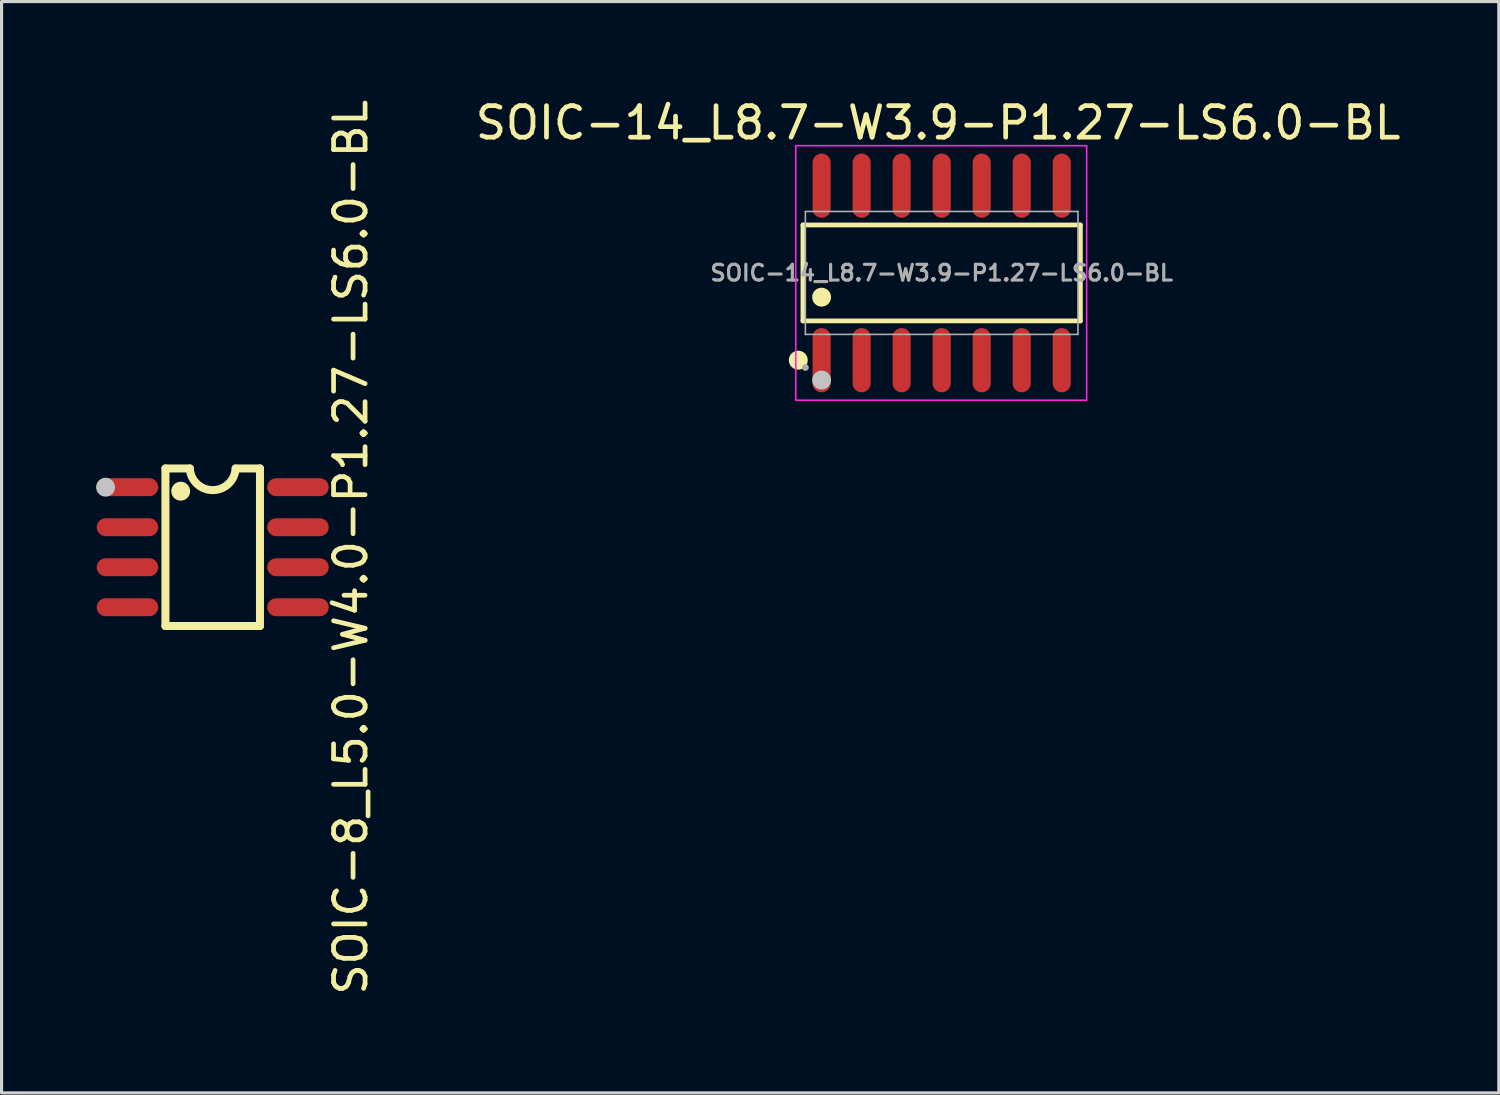
<source format=kicad_pcb>
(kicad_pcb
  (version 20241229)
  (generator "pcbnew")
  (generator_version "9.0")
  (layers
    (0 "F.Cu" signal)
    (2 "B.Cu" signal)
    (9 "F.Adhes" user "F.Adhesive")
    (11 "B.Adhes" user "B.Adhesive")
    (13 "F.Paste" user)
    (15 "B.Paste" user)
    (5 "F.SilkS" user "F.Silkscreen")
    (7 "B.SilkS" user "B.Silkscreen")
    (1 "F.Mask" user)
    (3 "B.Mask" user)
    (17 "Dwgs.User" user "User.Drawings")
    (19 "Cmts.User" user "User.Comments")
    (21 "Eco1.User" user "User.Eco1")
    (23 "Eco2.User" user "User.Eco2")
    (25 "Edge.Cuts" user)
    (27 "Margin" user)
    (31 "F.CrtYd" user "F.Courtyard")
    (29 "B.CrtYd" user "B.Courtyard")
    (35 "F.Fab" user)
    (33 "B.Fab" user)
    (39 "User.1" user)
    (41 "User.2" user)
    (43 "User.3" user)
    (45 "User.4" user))
  (footprint "SOIC-8_L5.0-W4.0-P1.27-LS6.0-BL"
    (layer "F.Cu")
    (at 3.7 14.315)
    (property "Reference" "SOIC-8_L5.0-W4.0-P1.27-LS6.0-BL" (at 4.38 0 270) (layer "F.SilkS") (effects (font (size 1 1) (thickness 0.15))))
    (fp_line (start -1.5 -2.5) (end -1.5 2.5) (stroke (width 0.254) (type default)) (layer "F.SilkS"))
    (fp_line (start -1.5 -2.5) (end -0.727 -2.5) (stroke (width 0.254) (type default)) (layer "F.SilkS"))
    (fp_line (start 1.5 -2.5) (end 0.727 -2.5) (stroke (width 0.254) (type default)) (layer "F.SilkS"))
    (fp_line (start 1.5 -2.5) (end 1.5 2.5) (stroke (width 0.254) (type default)) (layer "F.SilkS"))
    (fp_line (start 1.5 2.5) (end -1.5 2.5) (stroke (width 0.254) (type default)) (layer "F.SilkS"))
    (fp_arc (start 0.7265 -2.495) (mid -0.002358 -1.812112) (end -0.7265 -2.5) (stroke (width 0.254) (type default)) (layer "F.SilkS"))
    (fp_circle (center -1.016 -1.778) (end -1.016 -1.628) (stroke (width 0.3) (type default)) (fill no) (layer "F.SilkS"))
    (fp_circle (center -3.4 -1.905) (end -3.4 -1.755) (stroke (width 0.3) (type default)) (fill no) (layer "Dwgs.User"))
    (fp_poly (pts (xy -3 -2.11) (xy -2.165 -2.11) (xy -2.165 -1.7) (xy -3 -1.7)) (stroke (width 0.1) (type default)) (fill no) (layer "User.1"))
    (fp_poly (pts (xy -3 -0.84) (xy -2.165 -0.84) (xy -2.165 -0.43) (xy -3 -0.43)) (stroke (width 0.1) (type default)) (fill no) (layer "User.1"))
    (fp_poly (pts (xy -3 0.43) (xy -2.165 0.43) (xy -2.165 0.84) (xy -3 0.84)) (stroke (width 0.1) (type default)) (fill no) (layer "User.1"))
    (fp_poly (pts (xy -3 1.7) (xy -2.165 1.7) (xy -2.165 2.11) (xy -3 2.11)) (stroke (width 0.1) (type default)) (fill no) (layer "User.1"))
    (fp_poly (pts (xy -2.175 -2.11) (xy -1.94 -2.11) (xy -1.94 -1.7) (xy -2.175 -1.7)) (stroke (width 0.1) (type default)) (fill no) (layer "User.1"))
    (fp_poly (pts (xy -2.175 -0.84) (xy -1.94 -0.84) (xy -1.94 -0.43) (xy -2.175 -0.43)) (stroke (width 0.1) (type default)) (fill no) (layer "User.1"))
    (fp_poly (pts (xy -2.175 0.43) (xy -1.94 0.43) (xy -1.94 0.84) (xy -2.175 0.84)) (stroke (width 0.1) (type default)) (fill no) (layer "User.1"))
    (fp_poly (pts (xy -2.175 1.7) (xy -1.94 1.7) (xy -1.94 2.11) (xy -2.175 2.11)) (stroke (width 0.1) (type default)) (fill no) (layer "User.1"))
    (fp_poly (pts (xy 1.94 -2.11) (xy 2.175 -2.11) (xy 2.175 -1.7) (xy 1.94 -1.7)) (stroke (width 0.1) (type default)) (fill no) (layer "User.1"))
    (fp_poly (pts (xy 1.94 -0.84) (xy 2.175 -0.84) (xy 2.175 -0.43) (xy 1.94 -0.43)) (stroke (width 0.1) (type default)) (fill no) (layer "User.1"))
    (fp_poly (pts (xy 1.94 0.43) (xy 2.175 0.43) (xy 2.175 0.84) (xy 1.94 0.84)) (stroke (width 0.1) (type default)) (fill no) (layer "User.1"))
    (fp_poly (pts (xy 1.94 1.7) (xy 2.175 1.7) (xy 2.175 2.11) (xy 1.94 2.11)) (stroke (width 0.1) (type default)) (fill no) (layer "User.1"))
    (fp_poly (pts (xy 2.165 -2.11) (xy 3 -2.11) (xy 3 -1.7) (xy 2.165 -1.7)) (stroke (width 0.1) (type default)) (fill no) (layer "User.1"))
    (fp_poly (pts (xy 2.165 -0.84) (xy 3 -0.84) (xy 3 -0.43) (xy 2.165 -0.43)) (stroke (width 0.1) (type default)) (fill no) (layer "User.1"))
    (fp_poly (pts (xy 2.165 0.43) (xy 3 0.43) (xy 3 0.84) (xy 2.165 0.84)) (stroke (width 0.1) (type default)) (fill no) (layer "User.1"))
    (fp_poly (pts (xy 2.165 1.7) (xy 3 1.7) (xy 3 2.11) (xy 2.165 2.11)) (stroke (width 0.1) (type default)) (fill no) (layer "User.1"))
    (fp_line (start -2 -2.5) (end 2 -2.5) (stroke (width 0.051) (type default)) (layer "User.2"))
    (fp_line (start -2 2.5) (end -2 -2.5) (stroke (width 0.051) (type default)) (layer "User.2"))
    (fp_line (start 2 -2.5) (end 2 2.5) (stroke (width 0.051) (type default)) (layer "User.2"))
    (fp_line (start 2 2.5) (end -2 2.5) (stroke (width 0.051) (type default)) (layer "User.2"))
    (fp_poly (pts (xy -2.517 -2.358) (xy -2.485 -2.39) (xy -2.485 -2.436) (xy -2.517 -2.468) (xy -2.563 -2.468) (xy -2.595 -2.436) (xy -2.595 -2.39) (xy -2.563 -2.358)) (stroke (width 0.1) (type default)) (fill no) (layer "User.3"))
    (pad "1" smd oval (at -2.705 -1.905 270) (size 0.569 1.95) (layers "F.Cu" "F.Mask" "F.Paste"))
    (pad "2" smd oval (at -2.705 -0.635 270) (size 0.569 1.95) (layers "F.Cu" "F.Mask" "F.Paste"))
    (pad "3" smd oval (at -2.705 0.635 270) (size 0.569 1.95) (layers "F.Cu" "F.Mask" "F.Paste"))
    (pad "4" smd oval (at -2.705 1.905 270) (size 0.569 1.95) (layers "F.Cu" "F.Mask" "F.Paste"))
    (pad "5" smd oval (at 2.705 1.905 270) (size 0.569 1.95) (layers "F.Cu" "F.Mask" "F.Paste"))
    (pad "6" smd oval (at 2.705 0.635 270) (size 0.569 1.95) (layers "F.Cu" "F.Mask" "F.Paste"))
    (pad "7" smd oval (at 2.705 -0.635 270) (size 0.569 1.95) (layers "F.Cu" "F.Mask" "F.Paste"))
    (pad "8" smd oval (at 2.705 -1.905 270) (size 0.569 1.95) (layers "F.Cu" "F.Mask" "F.Paste")))
  (footprint "SOIC-14_L8.7-W3.9-P1.27-LS6.0-BL"
    (layer "F.Cu")
    (at 26.832 5.611)
    (property "Reference" "SOIC-14_L8.7-W3.9-P1.27-LS6.0-BL" (at -0.112 -4.763 0) (layer "F.SilkS") (effects (font (size 1 1) (thickness 0.15))))
    (fp_line (start -4.401 -1.522) (end 4.401 -1.522) (stroke (width 0.152) (type default)) (layer "F.SilkS"))
    (fp_line (start -4.401 1.522) (end -4.401 -1.522) (stroke (width 0.152) (type default)) (layer "F.SilkS"))
    (fp_line (start 4.401 -1.522) (end 4.401 1.522) (stroke (width 0.152) (type default)) (layer "F.SilkS"))
    (fp_line (start 4.401 1.522) (end -4.401 1.522) (stroke (width 0.152) (type default)) (layer "F.SilkS"))
    (fp_circle (center -4.55 2.769) (end -4.399 2.769) (stroke (width 0.3) (type default)) (fill no) (layer "F.SilkS"))
    (fp_circle (center -3.81 0.769) (end -3.66 0.769) (stroke (width 0.3) (type default)) (fill no) (layer "F.SilkS"))
    (fp_circle (center -3.81 3.4) (end -3.66 3.4) (stroke (width 0.3) (type default)) (fill no) (layer "Dwgs.User"))
    (fp_rect (start -4.63 -4.038) (end 4.601 4.038) (stroke (width 0.05) (type default)) (fill no) (layer "F.CrtYd"))
    (fp_line (start -4.325 -1.95) (end 4.325 -1.95) (stroke (width 0.051) (type default)) (layer "F.Fab"))
    (fp_line (start -4.325 1.95) (end -4.325 -1.95) (stroke (width 0.051) (type default)) (layer "F.Fab"))
    (fp_line (start 4.325 -1.95) (end 4.325 1.95) (stroke (width 0.051) (type default)) (layer "F.Fab"))
    (fp_line (start 4.325 1.95) (end -4.325 1.95) (stroke (width 0.051) (type default)) (layer "F.Fab"))
    (fp_poly (pts (xy -4.27 2.977) (xy -4.302 2.945) (xy -4.348 2.945) (xy -4.38 2.977) (xy -4.38 3.023) (xy -4.348 3.055) (xy -4.302 3.055) (xy -4.27 3.023)) (stroke (width 0.1) (type default)) (fill no) (layer "F.Fab"))
    (fp_poly (pts (xy -4.015 -3) (xy -4.015 -2.165) (xy -3.605 -2.165) (xy -3.605 -3)) (stroke (width 0.1) (type default)) (fill no) (layer "User.1"))
    (fp_poly (pts (xy -4.015 -2.175) (xy -4.015 -1.94) (xy -3.605 -1.94) (xy -3.605 -2.175)) (stroke (width 0.1) (type default)) (fill no) (layer "User.1"))
    (fp_poly (pts (xy -4.015 2.175) (xy -4.015 1.94) (xy -3.605 1.94) (xy -3.605 2.175)) (stroke (width 0.1) (type default)) (fill no) (layer "User.1"))
    (fp_poly (pts (xy -4.015 3) (xy -4.015 2.165) (xy -3.605 2.165) (xy -3.605 3)) (stroke (width 0.1) (type default)) (fill no) (layer "User.1"))
    (fp_poly (pts (xy -2.745 -3) (xy -2.745 -2.165) (xy -2.335 -2.165) (xy -2.335 -3)) (stroke (width 0.1) (type default)) (fill no) (layer "User.1"))
    (fp_poly (pts (xy -2.745 -2.175) (xy -2.745 -1.94) (xy -2.335 -1.94) (xy -2.335 -2.175)) (stroke (width 0.1) (type default)) (fill no) (layer "User.1"))
    (fp_poly (pts (xy -2.745 2.175) (xy -2.745 1.94) (xy -2.335 1.94) (xy -2.335 2.175)) (stroke (width 0.1) (type default)) (fill no) (layer "User.1"))
    (fp_poly (pts (xy -2.745 3) (xy -2.745 2.165) (xy -2.335 2.165) (xy -2.335 3)) (stroke (width 0.1) (type default)) (fill no) (layer "User.1"))
    (fp_poly (pts (xy -1.475 -3) (xy -1.475 -2.165) (xy -1.065 -2.165) (xy -1.065 -3)) (stroke (width 0.1) (type default)) (fill no) (layer "User.1"))
    (fp_poly (pts (xy -1.475 -2.175) (xy -1.475 -1.94) (xy -1.065 -1.94) (xy -1.065 -2.175)) (stroke (width 0.1) (type default)) (fill no) (layer "User.1"))
    (fp_poly (pts (xy -1.475 2.175) (xy -1.475 1.94) (xy -1.065 1.94) (xy -1.065 2.175)) (stroke (width 0.1) (type default)) (fill no) (layer "User.1"))
    (fp_poly (pts (xy -1.475 3) (xy -1.475 2.165) (xy -1.065 2.165) (xy -1.065 3)) (stroke (width 0.1) (type default)) (fill no) (layer "User.1"))
    (fp_poly (pts (xy -0.205 -3) (xy -0.205 -2.165) (xy 0.205 -2.165) (xy 0.205 -3)) (stroke (width 0.1) (type default)) (fill no) (layer "User.1"))
    (fp_poly (pts (xy -0.205 -2.175) (xy -0.205 -1.94) (xy 0.205 -1.94) (xy 0.205 -2.175)) (stroke (width 0.1) (type default)) (fill no) (layer "User.1"))
    (fp_poly (pts (xy -0.205 2.175) (xy -0.205 1.94) (xy 0.205 1.94) (xy 0.205 2.175)) (stroke (width 0.1) (type default)) (fill no) (layer "User.1"))
    (fp_poly (pts (xy -0.205 3) (xy -0.205 2.165) (xy 0.205 2.165) (xy 0.205 3)) (stroke (width 0.1) (type default)) (fill no) (layer "User.1"))
    (fp_poly (pts (xy 1.065 -3) (xy 1.065 -2.165) (xy 1.475 -2.165) (xy 1.475 -3)) (stroke (width 0.1) (type default)) (fill no) (layer "User.1"))
    (fp_poly (pts (xy 1.065 -2.175) (xy 1.065 -1.94) (xy 1.475 -1.94) (xy 1.475 -2.175)) (stroke (width 0.1) (type default)) (fill no) (layer "User.1"))
    (fp_poly (pts (xy 1.065 2.175) (xy 1.065 1.94) (xy 1.475 1.94) (xy 1.475 2.175)) (stroke (width 0.1) (type default)) (fill no) (layer "User.1"))
    (fp_poly (pts (xy 1.065 3) (xy 1.065 2.165) (xy 1.475 2.165) (xy 1.475 3)) (stroke (width 0.1) (type default)) (fill no) (layer "User.1"))
    (fp_poly (pts (xy 2.335 -3) (xy 2.335 -2.165) (xy 2.745 -2.165) (xy 2.745 -3)) (stroke (width 0.1) (type default)) (fill no) (layer "User.1"))
    (fp_poly (pts (xy 2.335 -2.175) (xy 2.335 -1.94) (xy 2.745 -1.94) (xy 2.745 -2.175)) (stroke (width 0.1) (type default)) (fill no) (layer "User.1"))
    (fp_poly (pts (xy 2.335 2.175) (xy 2.335 1.94) (xy 2.745 1.94) (xy 2.745 2.175)) (stroke (width 0.1) (type default)) (fill no) (layer "User.1"))
    (fp_poly (pts (xy 2.335 3) (xy 2.335 2.165) (xy 2.745 2.165) (xy 2.745 3)) (stroke (width 0.1) (type default)) (fill no) (layer "User.1"))
    (fp_poly (pts (xy 3.605 -3) (xy 3.605 -2.165) (xy 4.015 -2.165) (xy 4.015 -3)) (stroke (width 0.1) (type default)) (fill no) (layer "User.1"))
    (fp_poly (pts (xy 3.605 -2.175) (xy 3.605 -1.94) (xy 4.015 -1.94) (xy 4.015 -2.175)) (stroke (width 0.1) (type default)) (fill no) (layer "User.1"))
    (fp_poly (pts (xy 3.605 2.175) (xy 3.605 1.94) (xy 4.015 1.94) (xy 4.015 2.175)) (stroke (width 0.1) (type default)) (fill no) (layer "User.1"))
    (fp_poly (pts (xy 3.605 3) (xy 3.605 2.165) (xy 4.015 2.165) (xy 4.015 3)) (stroke (width 0.1) (type default)) (fill no) (layer "User.1"))
    (fp_text user "${REFERENCE}" (at 0 0 0) (layer "F.Fab") (effects (font (size 0.5 0.5) (thickness 0.1))))
    (pad "1" smd oval (at -3.81 2.769) (size 0.574 2.038) (layers "F.Cu" "F.Mask" "F.Paste"))
    (pad "2" smd oval (at -2.54 2.769) (size 0.574 2.038) (layers "F.Cu" "F.Mask" "F.Paste"))
    (pad "3" smd oval (at -1.27 2.769) (size 0.574 2.038) (layers "F.Cu" "F.Mask" "F.Paste"))
    (pad "4" smd oval (at 0 2.769) (size 0.574 2.038) (layers "F.Cu" "F.Mask" "F.Paste"))
    (pad "5" smd oval (at 1.27 2.769) (size 0.574 2.038) (layers "F.Cu" "F.Mask" "F.Paste"))
    (pad "6" smd oval (at 2.54 2.769) (size 0.574 2.038) (layers "F.Cu" "F.Mask" "F.Paste"))
    (pad "7" smd oval (at 3.81 2.769) (size 0.574 2.038) (layers "F.Cu" "F.Mask" "F.Paste"))
    (pad "8" smd oval (at 3.81 -2.769) (size 0.574 2.038) (layers "F.Cu" "F.Mask" "F.Paste"))
    (pad "9" smd oval (at 2.54 -2.769) (size 0.574 2.038) (layers "F.Cu" "F.Mask" "F.Paste"))
    (pad "10" smd oval (at 1.27 -2.769) (size 0.574 2.038) (layers "F.Cu" "F.Mask" "F.Paste"))
    (pad "11" smd oval (at 0 -2.769) (size 0.574 2.038) (layers "F.Cu" "F.Mask" "F.Paste"))
    (pad "12" smd oval (at -1.27 -2.769) (size 0.574 2.038) (layers "F.Cu" "F.Mask" "F.Paste"))
    (pad "13" smd oval (at -2.54 -2.769) (size 0.574 2.038) (layers "F.Cu" "F.Mask" "F.Paste"))
    (pad "14" smd oval (at -3.81 -2.769) (size 0.574 2.038) (layers "F.Cu" "F.Mask" "F.Paste")))
  (gr_rect
    (start -3 -3)
    (end 44.512 31.631)
    (stroke (width 0.1) (type default))
    (fill no)
    (layer "Edge.Cuts")))
</source>
